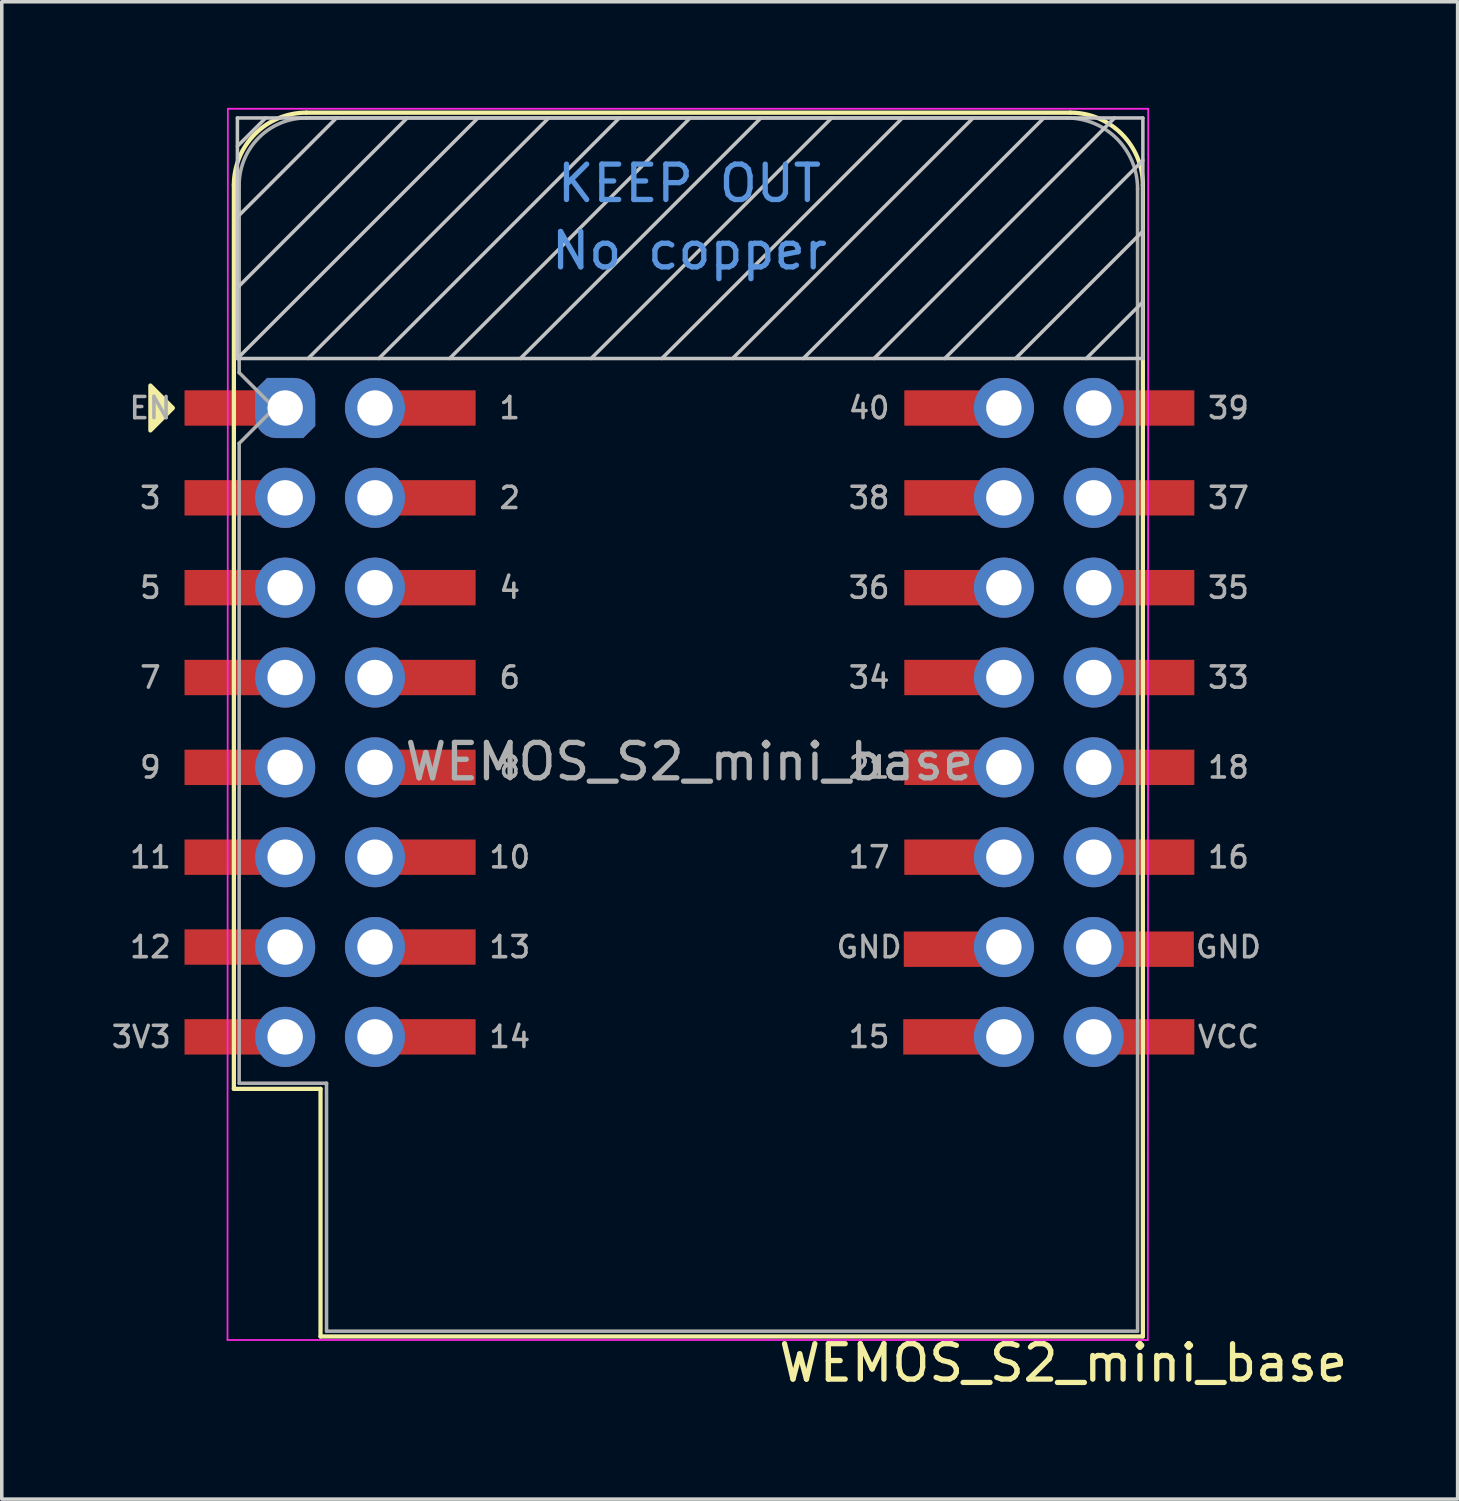
<source format=kicad_pcb>
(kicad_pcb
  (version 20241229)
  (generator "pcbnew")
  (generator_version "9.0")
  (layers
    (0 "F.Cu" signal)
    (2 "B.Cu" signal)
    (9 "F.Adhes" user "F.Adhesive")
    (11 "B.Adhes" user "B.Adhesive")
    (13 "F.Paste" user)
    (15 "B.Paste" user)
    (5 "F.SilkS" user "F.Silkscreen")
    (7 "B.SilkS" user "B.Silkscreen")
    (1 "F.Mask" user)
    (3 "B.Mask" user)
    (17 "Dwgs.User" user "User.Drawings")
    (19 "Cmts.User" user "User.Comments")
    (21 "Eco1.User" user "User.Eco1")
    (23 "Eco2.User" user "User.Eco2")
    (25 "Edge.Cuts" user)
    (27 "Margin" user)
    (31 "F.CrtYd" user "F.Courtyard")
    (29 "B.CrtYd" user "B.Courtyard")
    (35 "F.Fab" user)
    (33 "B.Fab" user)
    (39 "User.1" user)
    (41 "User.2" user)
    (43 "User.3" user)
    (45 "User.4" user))
  (footprint "WEMOS_S2_mini_base"
    (layer "F.Cu")
    (at 5.012 8.485)
    (property "Reference" "WEMOS_S2_mini_base" (at 22 27 0) (layer "F.SilkS") (effects (font (size 1 1) (thickness 0.15))))
    (attr through_hole)
    (fp_line (start -1.45 19.25) (end -1.45 -6.3) (stroke (width 0.12) (type solid)) (layer "F.SilkS"))
    (fp_line (start -1.45 19.25) (end 1 19.25) (stroke (width 0.12) (type solid)) (layer "F.SilkS"))
    (fp_line (start 1 19.25) (end 1 26.25) (stroke (width 0.12) (type solid)) (layer "F.SilkS"))
    (fp_line (start 1 26.25) (end 24.25 26.25) (stroke (width 0.12) (type solid)) (layer "F.SilkS"))
    (fp_line (start 22.2 -8.35) (end 0.6 -8.35) (stroke (width 0.12) (type solid)) (layer "F.SilkS"))
    (fp_line (start 24.25 26.25) (end 24.25 -6.3) (stroke (width 0.12) (type solid)) (layer "F.SilkS"))
    (fp_arc (start -1.45 -6.3) (mid -0.849569 -7.749569) (end 0.6 -8.35) (stroke (width 0.12) (type solid)) (layer "F.SilkS"))
    (fp_arc (start 22.2 -8.35) (mid 23.649569 -7.749569) (end 24.25 -6.3) (stroke (width 0.12) (type solid)) (layer "F.SilkS"))
    (fp_poly (pts (xy -3.81 -0.635) (xy -3.81 0.635) (xy -3.175 0)) (stroke (width 0.12) (type solid)) (fill yes) (layer "F.SilkS"))
    (fp_line (start -1.35 -8.2) (end -1.35 -1.4) (stroke (width 0.1) (type solid)) (layer "Dwgs.User"))
    (fp_line (start -1.35 -7.4) (end -0.55 -8.2) (stroke (width 0.1) (type solid)) (layer "Dwgs.User"))
    (fp_line (start -1.35 -3.4) (end 3.45 -8.2) (stroke (width 0.1) (type solid)) (layer "Dwgs.User"))
    (fp_line (start -1.35 -1.4) (end 5.45 -8.2) (stroke (width 0.1) (type solid)) (layer "Dwgs.User"))
    (fp_line (start -1.35 -1.4) (end 24.25 -1.4) (stroke (width 0.1) (type solid)) (layer "Dwgs.User"))
    (fp_line (start -1.3 -5.45) (end 1.45 -8.2) (stroke (width 0.1) (type solid)) (layer "Dwgs.User"))
    (fp_line (start 0.65 -1.4) (end 7.45 -8.2) (stroke (width 0.1) (type solid)) (layer "Dwgs.User"))
    (fp_line (start 2.65 -1.4) (end 9.45 -8.2) (stroke (width 0.1) (type solid)) (layer "Dwgs.User"))
    (fp_line (start 4.65 -1.4) (end 11.45 -8.2) (stroke (width 0.1) (type solid)) (layer "Dwgs.User"))
    (fp_line (start 6.65 -1.4) (end 13.45 -8.2) (stroke (width 0.1) (type solid)) (layer "Dwgs.User"))
    (fp_line (start 8.65 -1.4) (end 15.45 -8.2) (stroke (width 0.1) (type solid)) (layer "Dwgs.User"))
    (fp_line (start 10.65 -1.4) (end 17.45 -8.2) (stroke (width 0.1) (type solid)) (layer "Dwgs.User"))
    (fp_line (start 12.65 -1.4) (end 19.45 -8.2) (stroke (width 0.1) (type solid)) (layer "Dwgs.User"))
    (fp_line (start 14.65 -1.4) (end 21.45 -8.2) (stroke (width 0.1) (type solid)) (layer "Dwgs.User"))
    (fp_line (start 16.65 -1.4) (end 23.45 -8.2) (stroke (width 0.1) (type solid)) (layer "Dwgs.User"))
    (fp_line (start 18.65 -1.4) (end 24.25 -7) (stroke (width 0.1) (type solid)) (layer "Dwgs.User"))
    (fp_line (start 20.65 -1.4) (end 24.25 -5) (stroke (width 0.1) (type solid)) (layer "Dwgs.User"))
    (fp_line (start 22.65 -1.4) (end 24.25 -3) (stroke (width 0.1) (type solid)) (layer "Dwgs.User"))
    (fp_line (start 24.25 -8.2) (end -1.35 -8.2) (stroke (width 0.1) (type solid)) (layer "Dwgs.User"))
    (fp_line (start 24.25 -1.4) (end 24.25 -8.2) (stroke (width 0.1) (type solid)) (layer "Dwgs.User"))
    (fp_line (start -1.63 26.35) (end -1.62 -8.46) (stroke (width 0.05) (type solid)) (layer "F.CrtYd"))
    (fp_line (start -1.62 -8.46) (end 24.4 -8.46) (stroke (width 0.05) (type solid)) (layer "F.CrtYd"))
    (fp_line (start 24.39 26.35) (end -1.63 26.35) (stroke (width 0.05) (type solid)) (layer "F.CrtYd"))
    (fp_line (start 24.4 -8.46) (end 24.39 26.35) (stroke (width 0.05) (type solid)) (layer "F.CrtYd"))
    (fp_line (start -1.3 -6.3) (end -1.3 -1) (stroke (width 0.1) (type solid)) (layer "F.Fab"))
    (fp_line (start -1.3 1) (end -1.3 19.09) (stroke (width 0.1) (type solid)) (layer "F.Fab"))
    (fp_line (start -1.3 1) (end -0.3 0) (stroke (width 0.1) (type solid)) (layer "F.Fab"))
    (fp_line (start -1.3 19.09) (end 1.17 19.09) (stroke (width 0.1) (type solid)) (layer "F.Fab"))
    (fp_line (start -0.3 0) (end -1.3 -1) (stroke (width 0.1) (type solid)) (layer "F.Fab"))
    (fp_line (start 1.17 19.09) (end 1.17 26.1) (stroke (width 0.1) (type solid)) (layer "F.Fab"))
    (fp_line (start 1.17 26.1) (end 24.1 26.1) (stroke (width 0.1) (type solid)) (layer "F.Fab"))
    (fp_line (start 22.1 -8.2) (end 0.6 -8.2) (stroke (width 0.1) (type solid)) (layer "F.Fab"))
    (fp_line (start 24.1 26.1) (end 24.1 -6.2) (stroke (width 0.1) (type solid)) (layer "F.Fab"))
    (fp_arc (start -1.3 -6.3) (mid -0.743503 -7.643503) (end 0.6 -8.2) (stroke (width 0.1) (type solid)) (layer "F.Fab"))
    (fp_arc (start 22.1 -8.2) (mid 23.514214 -7.614214) (end 24.1 -6.2) (stroke (width 0.1) (type solid)) (layer "F.Fab"))
    (fp_text user "No copper" (at 11.43 -4.445 0) (layer "Cmts.User") (effects (font (size 1 1) (thickness 0.15))))
    (fp_text user "KEEP OUT" (at 11.43 -6.35 0) (layer "Cmts.User") (effects (font (size 1 1) (thickness 0.15))))
    (fp_text user "GND" (at 16.51 15.24 0) (unlocked yes) (layer "F.Fab") (effects (font (size 0.6 0.6) (thickness 0.1))))
    (fp_text user "13" (at 6.35 15.24 0) (unlocked yes) (layer "F.Fab") (effects (font (size 0.6 0.6) (thickness 0.1))))
    (fp_text user "14" (at 6.35 17.78 0) (unlocked yes) (layer "F.Fab") (effects (font (size 0.6 0.6) (thickness 0.1))))
    (fp_text user "15" (at 16.51 17.78 0) (unlocked yes) (layer "F.Fab") (effects (font (size 0.6 0.6) (thickness 0.1))))
    (fp_text user "VCC" (at 26.67 17.78 0) (unlocked yes) (layer "F.Fab") (effects (font (size 0.6 0.6) (thickness 0.1))))
    (fp_text user "9" (at -3.81 10.16 0) (unlocked yes) (layer "F.Fab") (effects (font (size 0.6 0.6) (thickness 0.1))))
    (fp_text user "8" (at 6.35 10.16 0) (unlocked yes) (layer "F.Fab") (effects (font (size 0.6 0.6) (thickness 0.1))))
    (fp_text user "4" (at 6.35 5.08 0) (unlocked yes) (layer "F.Fab") (effects (font (size 0.6 0.6) (thickness 0.1))))
    (fp_text user "11" (at -3.81 12.7 0) (unlocked yes) (layer "F.Fab") (effects (font (size 0.6 0.6) (thickness 0.1))))
    (fp_text user "38" (at 16.51 2.54 0) (unlocked yes) (layer "F.Fab") (effects (font (size 0.6 0.6) (thickness 0.1))))
    (fp_text user "18" (at 26.67 10.16 0) (unlocked yes) (layer "F.Fab") (effects (font (size 0.6 0.6) (thickness 0.1))))
    (fp_text user "10" (at 6.35 12.7 0) (unlocked yes) (layer "F.Fab") (effects (font (size 0.6 0.6) (thickness 0.1))))
    (fp_text user "EN" (at -3.81 0 0) (unlocked yes) (layer "F.Fab") (effects (font (size 0.6 0.6) (thickness 0.1))))
    (fp_text user "39" (at 26.67 0 0) (unlocked yes) (layer "F.Fab") (effects (font (size 0.6 0.6) (thickness 0.1))))
    (fp_text user "21" (at 16.51 10.16 0) (unlocked yes) (layer "F.Fab") (effects (font (size 0.6 0.6) (thickness 0.1))))
    (fp_text user "40" (at 16.51 0 0) (unlocked yes) (layer "F.Fab") (effects (font (size 0.6 0.6) (thickness 0.1))))
    (fp_text user "${REFERENCE}" (at 11.43 10 0) (layer "F.Fab") (effects (font (size 1 1) (thickness 0.15))))
    (fp_text user "3" (at -3.81 2.54 0) (unlocked yes) (layer "F.Fab") (effects (font (size 0.6 0.6) (thickness 0.1))))
    (fp_text user "GND" (at 26.67 15.24 0) (unlocked yes) (layer "F.Fab") (effects (font (size 0.6 0.6) (thickness 0.1))))
    (fp_text user "1" (at 6.35 0 0) (unlocked yes) (layer "F.Fab") (effects (font (size 0.6 0.6) (thickness 0.1))))
    (fp_text user "16" (at 26.67 12.7 0) (unlocked yes) (layer "F.Fab") (effects (font (size 0.6 0.6) (thickness 0.1))))
    (fp_text user "36" (at 16.51 5.08 0) (unlocked yes) (layer "F.Fab") (effects (font (size 0.6 0.6) (thickness 0.1))))
    (fp_text user "6" (at 6.35 7.62 0) (unlocked yes) (layer "F.Fab") (effects (font (size 0.6 0.6) (thickness 0.1))))
    (fp_text user "12" (at -3.81 15.24 0) (unlocked yes) (layer "F.Fab") (effects (font (size 0.6 0.6) (thickness 0.1))))
    (fp_text user "34" (at 16.51 7.62 0) (unlocked yes) (layer "F.Fab") (effects (font (size 0.6 0.6) (thickness 0.1))))
    (fp_text user "37" (at 26.67 2.54 0) (unlocked yes) (layer "F.Fab") (effects (font (size 0.6 0.6) (thickness 0.1))))
    (fp_text user "3V3" (at -3.175 17.78 0) (unlocked yes) (layer "F.Fab") (effects (font (size 0.6 0.6) (thickness 0.1)) (justify right)))
    (fp_text user "33" (at 26.67 7.62 0) (unlocked yes) (layer "F.Fab") (effects (font (size 0.6 0.6) (thickness 0.1))))
    (fp_text user "2" (at 6.35 2.54 0) (unlocked yes) (layer "F.Fab") (effects (font (size 0.6 0.6) (thickness 0.1))))
    (fp_text user "35" (at 26.67 5.08 0) (unlocked yes) (layer "F.Fab") (effects (font (size 0.6 0.6) (thickness 0.1))))
    (fp_text user "5" (at -3.81 5.08 0) (unlocked yes) (layer "F.Fab") (effects (font (size 0.6 0.6) (thickness 0.1))))
    (fp_text user "7" (at -3.81 7.62 0) (unlocked yes) (layer "F.Fab") (effects (font (size 0.6 0.6) (thickness 0.1))))
    (fp_text user "17" (at 16.51 12.7 0) (unlocked yes) (layer "F.Fab") (effects (font (size 0.6 0.6) (thickness 0.1))))
    (pad "1" smd rect (at -1.27 0) (size 3.15 1) (layers "F.Cu" "F.Mask" "F.Paste"))
    (pad "1" thru_hole roundrect (at 0 0) (size 1.7 1.7) (drill 1) (layers "*.Cu" "*.Mask") (roundrect_rratio 0.35) (chamfer_ratio 0.2) (chamfer top_left bottom_right))
    (pad "2" smd rect (at -1.27 2.54) (size 3.15 1) (layers "F.Cu" "F.Mask" "F.Paste"))
    (pad "2" thru_hole circle (at 0 2.54) (size 1.7 1.7) (drill 1) (layers "*.Cu" "*.Mask"))
    (pad "3" smd rect (at -1.27 5.08) (size 3.15 1) (layers "F.Cu" "F.Mask" "F.Paste"))
    (pad "3" thru_hole circle (at 0 5.08) (size 1.7 1.7) (drill 1) (layers "*.Cu" "*.Mask"))
    (pad "4" smd rect (at -1.27 7.62) (size 3.15 1) (layers "F.Cu" "F.Mask" "F.Paste"))
    (pad "4" thru_hole circle (at 0 7.62) (size 1.7 1.7) (drill 1) (layers "*.Cu" "*.Mask"))
    (pad "5" smd rect (at -1.27 10.16) (size 3.15 1) (layers "F.Cu" "F.Mask" "F.Paste"))
    (pad "5" thru_hole circle (at 0 10.16) (size 1.7 1.7) (drill 1) (layers "*.Cu" "*.Mask"))
    (pad "6" smd rect (at -1.27 12.7) (size 3.15 1) (layers "F.Cu" "F.Mask" "F.Paste"))
    (pad "6" thru_hole circle (at 0 12.7) (size 1.7 1.7) (drill 1) (layers "*.Cu" "*.Mask"))
    (pad "7" smd rect (at -1.27 15.24) (size 3.15 1) (layers "F.Cu" "F.Mask" "F.Paste"))
    (pad "7" thru_hole circle (at 0 15.24) (size 1.7 1.7) (drill 1) (layers "*.Cu" "*.Mask"))
    (pad "8" smd rect (at -1.27 17.78) (size 3.15 1) (layers "F.Cu" "F.Mask" "F.Paste"))
    (pad "8" thru_hole circle (at 0 17.78) (size 1.7 1.7) (drill 1) (layers "*.Cu" "*.Mask"))
    (pad "9" thru_hole circle (at 22.86 17.78) (size 1.7 1.7) (drill 1) (layers "*.Cu" "*.Mask"))
    (pad "9" smd rect (at 24.13 17.78) (size 3.15 1) (layers "F.Cu" "F.Mask" "F.Paste"))
    (pad "10" thru_hole circle (at 22.86 15.24) (size 1.7 1.7) (drill 1) (layers "*.Cu" "*.Mask"))
    (pad "10" smd rect (at 24.115 15.301) (size 3.15 1) (layers "F.Cu" "F.Mask" "F.Paste"))
    (pad "11" thru_hole circle (at 22.86 12.7) (size 1.7 1.7) (drill 1) (layers "*.Cu" "*.Mask"))
    (pad "11" smd rect (at 24.13 12.7) (size 3.15 1) (layers "F.Cu" "F.Mask" "F.Paste"))
    (pad "12" thru_hole circle (at 22.86 10.16) (size 1.7 1.7) (drill 1) (layers "*.Cu" "*.Mask"))
    (pad "12" smd rect (at 24.13 10.16) (size 3.15 1) (layers "F.Cu" "F.Mask" "F.Paste"))
    (pad "13" thru_hole circle (at 22.86 7.62) (size 1.7 1.7) (drill 1) (layers "*.Cu" "*.Mask"))
    (pad "13" smd rect (at 24.13 7.62) (size 3.15 1) (layers "F.Cu" "F.Mask" "F.Paste"))
    (pad "14" thru_hole circle (at 22.86 5.08) (size 1.7 1.7) (drill 1) (layers "*.Cu" "*.Mask"))
    (pad "14" smd rect (at 24.13 5.08) (size 3.15 1) (layers "F.Cu" "F.Mask" "F.Paste"))
    (pad "15" thru_hole circle (at 22.86 2.54) (size 1.7 1.7) (drill 1) (layers "*.Cu" "*.Mask"))
    (pad "15" smd rect (at 24.13 2.54) (size 3.15 1) (layers "F.Cu" "F.Mask" "F.Paste"))
    (pad "16" thru_hole circle (at 22.86 0) (size 1.7 1.7) (drill 1) (layers "*.Cu" "*.Mask"))
    (pad "16" smd rect (at 24.13 0) (size 3.15 1) (layers "F.Cu" "F.Mask" "F.Paste"))
    (pad "17" thru_hole circle (at 2.54 0) (size 1.7 1.7) (drill 1) (layers "*.Cu" "*.Mask"))
    (pad "17" smd rect (at 3.81 0) (size 3.15 1) (layers "F.Cu" "F.Mask" "F.Paste"))
    (pad "18" thru_hole circle (at 2.54 2.54) (size 1.7 1.7) (drill 1) (layers "*.Cu" "*.Mask"))
    (pad "18" smd rect (at 3.81 2.54) (size 3.15 1) (layers "F.Cu" "F.Mask" "F.Paste"))
    (pad "19" thru_hole circle (at 2.54 5.08) (size 1.7 1.7) (drill 1) (layers "*.Cu" "*.Mask"))
    (pad "19" smd rect (at 3.81 5.08) (size 3.15 1) (layers "F.Cu" "F.Mask" "F.Paste"))
    (pad "20" thru_hole circle (at 2.54 7.62) (size 1.7 1.7) (drill 1) (layers "*.Cu" "*.Mask"))
    (pad "20" smd rect (at 3.81 7.62) (size 3.15 1) (layers "F.Cu" "F.Mask" "F.Paste"))
    (pad "21" thru_hole circle (at 2.54 10.16) (size 1.7 1.7) (drill 1) (layers "*.Cu" "*.Mask"))
    (pad "21" smd rect (at 3.81 10.16) (size 3.15 1) (layers "F.Cu" "F.Mask" "F.Paste"))
    (pad "22" thru_hole circle (at 2.54 12.7) (size 1.7 1.7) (drill 1) (layers "*.Cu" "*.Mask"))
    (pad "22" smd rect (at 3.81 12.7) (size 3.15 1) (layers "F.Cu" "F.Mask" "F.Paste"))
    (pad "23" thru_hole circle (at 2.54 15.24) (size 1.7 1.7) (drill 1) (layers "*.Cu" "*.Mask"))
    (pad "23" smd rect (at 3.81 15.24) (size 3.15 1) (layers "F.Cu" "F.Mask" "F.Paste"))
    (pad "24" thru_hole circle (at 2.54 17.78) (size 1.7 1.7) (drill 1) (layers "*.Cu" "*.Mask"))
    (pad "24" smd rect (at 3.81 17.78) (size 3.15 1) (layers "F.Cu" "F.Mask" "F.Paste"))
    (pad "25" smd rect (at 19.05 17.78) (size 3.15 1) (layers "F.Cu" "F.Mask" "F.Paste"))
    (pad "25" thru_hole circle (at 20.32 17.78) (size 1.7 1.7) (drill 1) (layers "*.Cu" "*.Mask"))
    (pad "26" smd rect (at 19.065 15.301) (size 3.15 1) (layers "F.Cu" "F.Mask" "F.Paste"))
    (pad "26" thru_hole circle (at 20.32 15.24) (size 1.7 1.7) (drill 1) (layers "*.Cu" "*.Mask"))
    (pad "27" smd rect (at 19.08 12.7) (size 3.15 1) (layers "F.Cu" "F.Mask" "F.Paste"))
    (pad "27" thru_hole circle (at 20.32 12.7) (size 1.7 1.7) (drill 1) (layers "*.Cu" "*.Mask"))
    (pad "28" smd rect (at 19.08 10.16) (size 3.15 1) (layers "F.Cu" "F.Mask" "F.Paste"))
    (pad "28" thru_hole circle (at 20.32 10.16) (size 1.7 1.7) (drill 1) (layers "*.Cu" "*.Mask"))
    (pad "29" smd rect (at 19.08 7.62) (size 3.15 1) (layers "F.Cu" "F.Mask" "F.Paste"))
    (pad "29" thru_hole circle (at 20.32 7.62) (size 1.7 1.7) (drill 1) (layers "*.Cu" "*.Mask"))
    (pad "30" smd rect (at 19.08 5.08) (size 3.15 1) (layers "F.Cu" "F.Mask" "F.Paste"))
    (pad "30" thru_hole circle (at 20.32 5.08) (size 1.7 1.7) (drill 1) (layers "*.Cu" "*.Mask"))
    (pad "31" smd rect (at 19.08 2.54) (size 3.15 1) (layers "F.Cu" "F.Mask" "F.Paste"))
    (pad "31" thru_hole circle (at 20.32 2.54) (size 1.7 1.7) (drill 1) (layers "*.Cu" "*.Mask"))
    (pad "32" smd rect (at 19.08 0) (size 3.15 1) (layers "F.Cu" "F.Mask" "F.Paste"))
    (pad "32" thru_hole circle (at 20.32 0) (size 1.7 1.7) (drill 1) (layers "*.Cu" "*.Mask")))
  (gr_rect
    (start -3 -3)
    (end 38.161 39.333)
    (stroke (width 0.1) (type default))
    (fill no)
    (layer "Edge.Cuts")))
</source>
